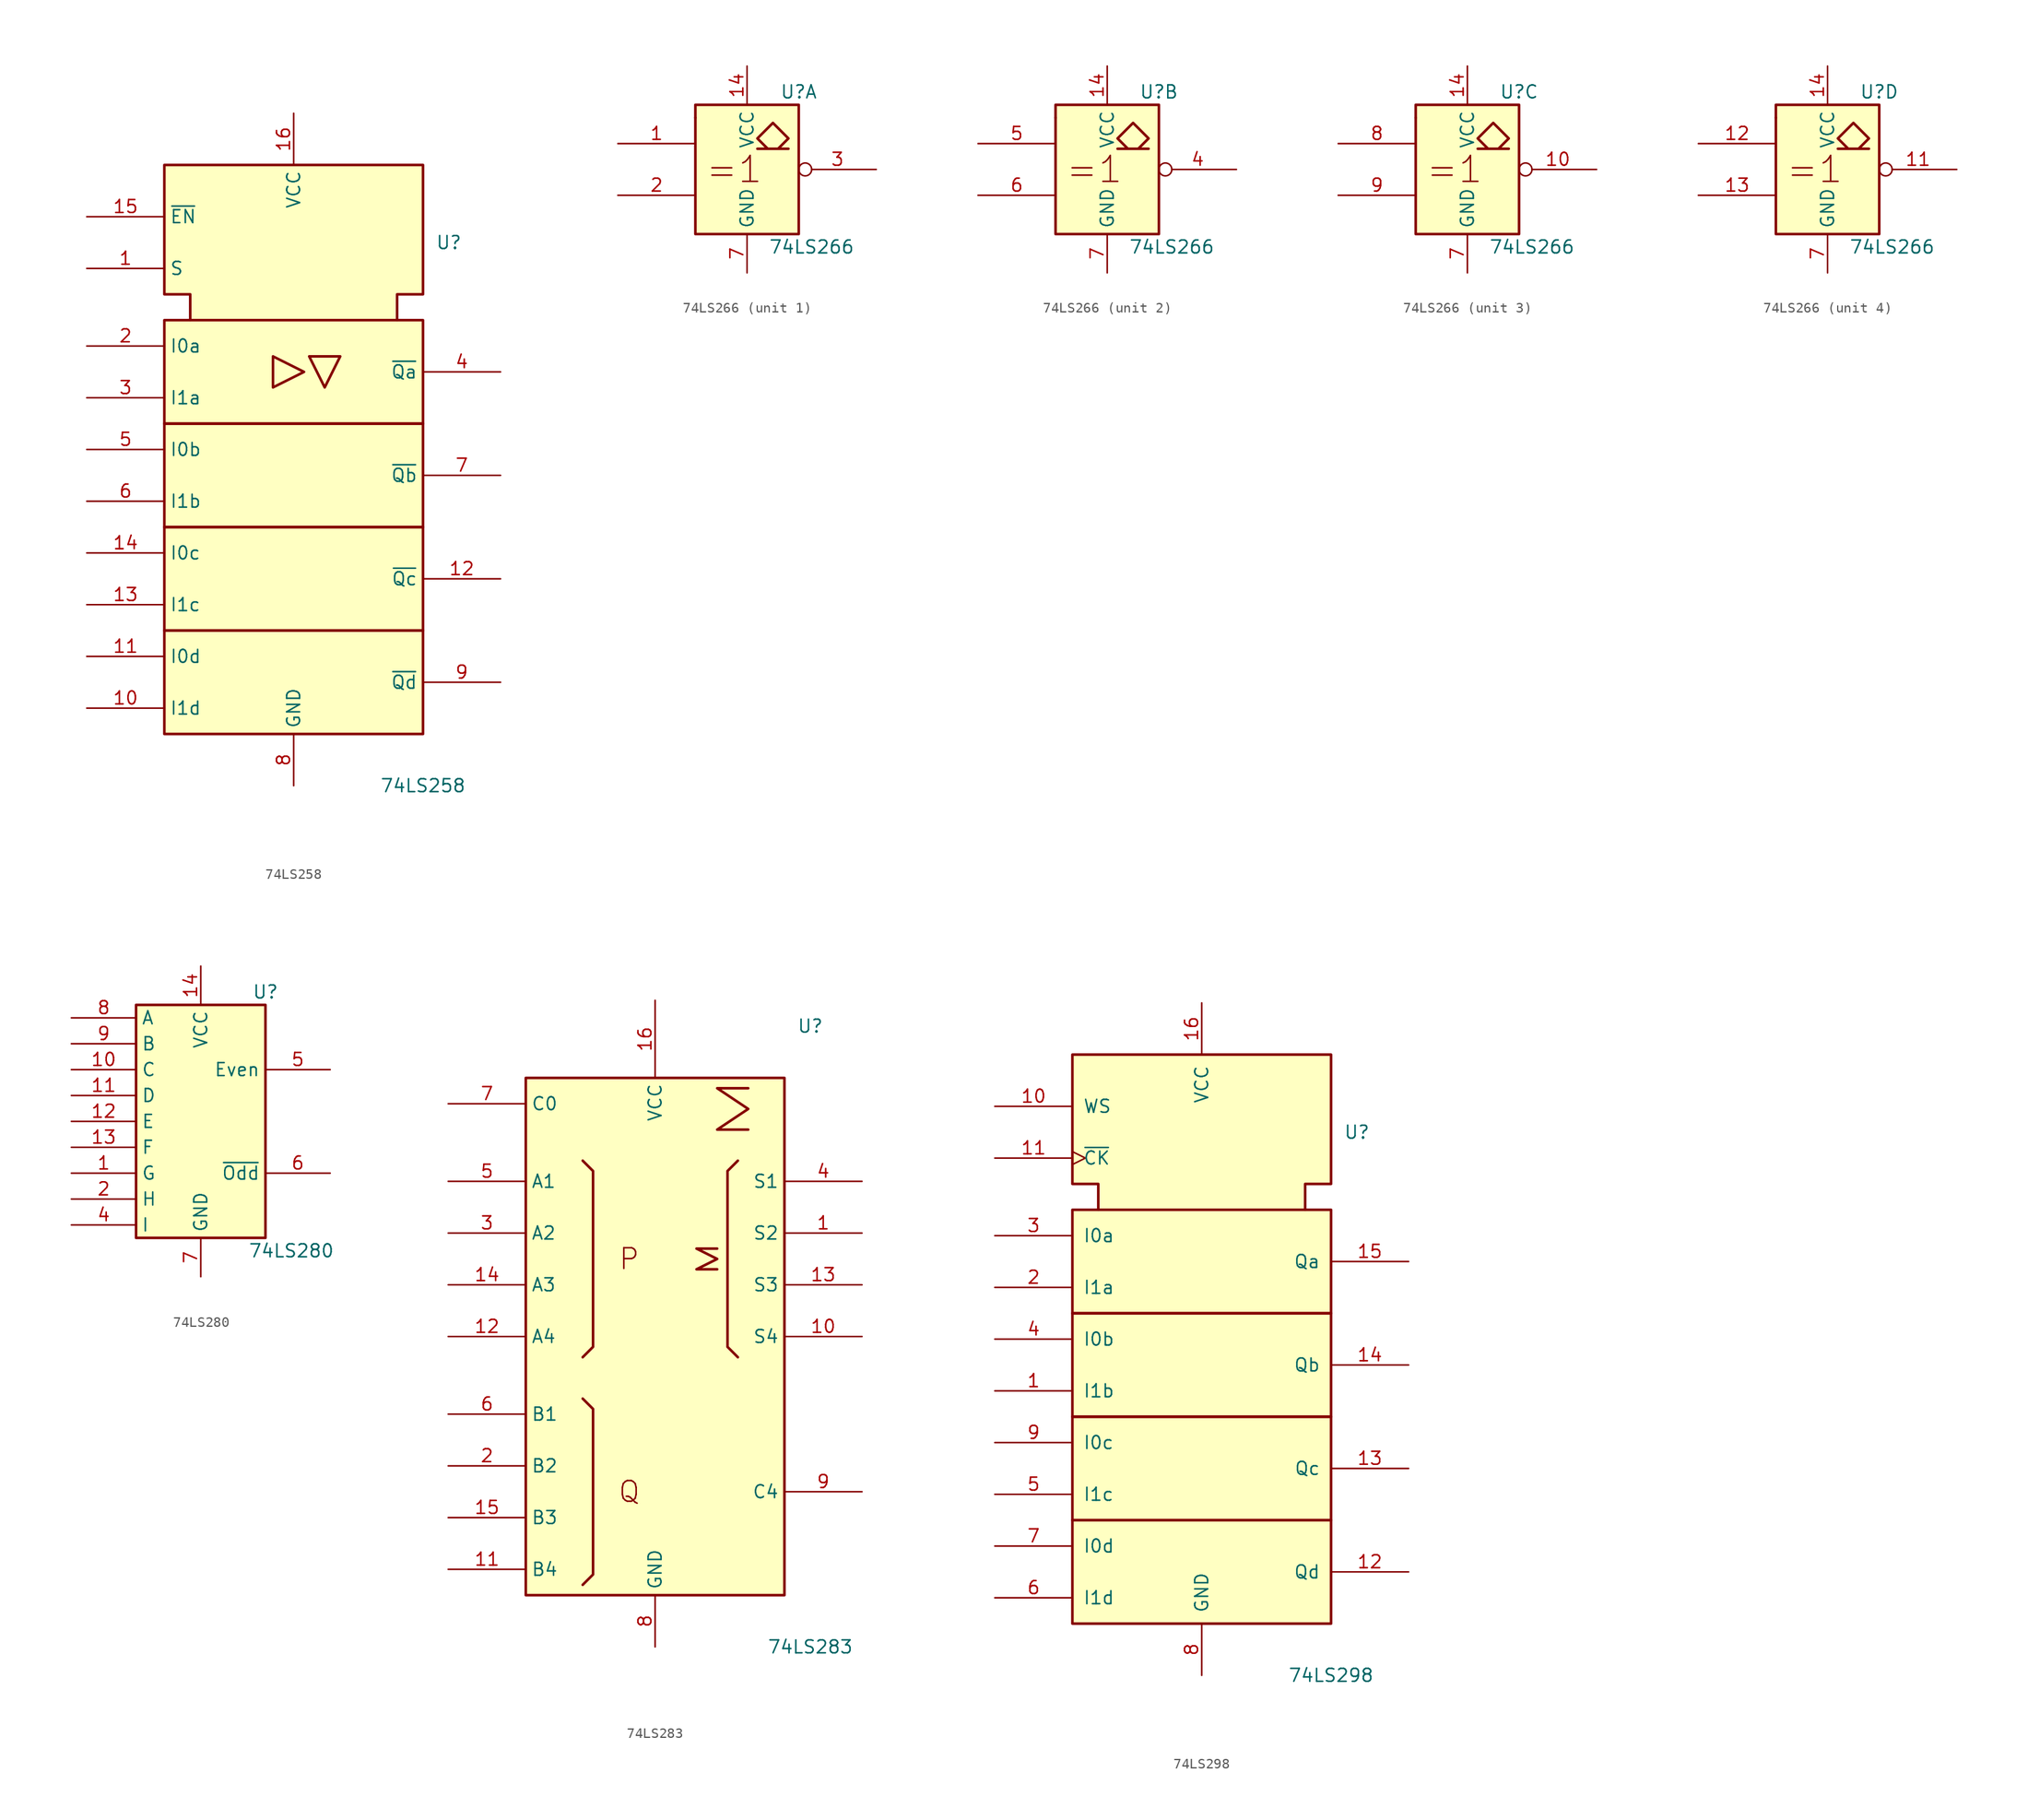
<source format=kicad_sym>
(kicad_symbol_lib
  (version 20231120)
  (generator "kicad_symbol_editor")
  (generator_version "8.0")
  (symbol "74LS258"
    (property "Reference" "U"
      (at 15.24 20.32 0)
      (effects (font (size 1.27 1.27))))
    (property "Value" "74LS258"
      (at 12.7 -33.02 0)
      (effects (font (size 1.27 1.27))))
    (symbol "74LS258_0_0"
      (rectangle (start -12.7 -17.78) (end 12.7 -27.94) (stroke (width 0.254) (type default)) (fill (type background)))
      (rectangle (start -12.7 -7.62) (end 12.7 -17.78) (stroke (width 0.254) (type default)) (fill (type background)))
      (rectangle (start -12.7 2.54) (end 12.7 -7.62) (stroke (width 0.254) (type default)) (fill (type background)))
      (rectangle (start -12.7 12.7) (end 12.7 2.54) (stroke (width 0.254) (type default)) (fill (type background)))
      (polyline (pts (xy -2.032 9.144) (xy -2.032 6.096) (xy 1.016 7.62) (xy -2.032 9.144) (xy -2.032 9.144)) (stroke (width 0.254) (type default)) (fill (type background)))
      (polyline (pts (xy 4.572 9.144) (xy 1.524 9.144) (xy 3.048 6.096) (xy 4.572 9.144) (xy 4.572 9.144)) (stroke (width 0.254) (type default)) (fill (type background)))
      (polyline (pts (xy -10.16 12.7) (xy -10.16 15.24) (xy -12.7 15.24) (xy -12.7 27.94) (xy 12.7 27.94) (xy 12.7 15.24) (xy 10.16 15.24) (xy 10.16 12.7) (xy 10.16 12.7)) (stroke (width 0.254) (type default)) (fill (type background)))
      (pin power_in line (at 0 33.02 270) (length 5.08) (name "VCC" (effects (font (size 1.27 1.27)))) (number "16" (effects (font (size 1.27 1.27)))))
      (pin power_in line (at 0 -33.02 90) (length 5.08) (name "GND" (effects (font (size 1.27 1.27)))) (number "8" (effects (font (size 1.27 1.27))))))
    (symbol "74LS258_1_1"
      (pin input line (at -20.32 17.78 0) (length 7.62) (name "S" (effects (font (size 1.27 1.27)))) (number "1" (effects (font (size 1.27 1.27)))))
      (pin input line (at -20.32 -25.4 0) (length 7.62) (name "I1d" (effects (font (size 1.27 1.27)))) (number "10" (effects (font (size 1.27 1.27)))))
      (pin input line (at -20.32 -20.32 0) (length 7.62) (name "I0d" (effects (font (size 1.27 1.27)))) (number "11" (effects (font (size 1.27 1.27)))))
      (pin tri_state line (at 20.32 -12.7 180) (length 7.62) (name "~{Qc}" (effects (font (size 1.27 1.27)))) (number "12" (effects (font (size 1.27 1.27)))))
      (pin input line (at -20.32 -15.24 0) (length 7.62) (name "I1c" (effects (font (size 1.27 1.27)))) (number "13" (effects (font (size 1.27 1.27)))))
      (pin input line (at -20.32 -10.16 0) (length 7.62) (name "I0c" (effects (font (size 1.27 1.27)))) (number "14" (effects (font (size 1.27 1.27)))))
      (pin input line (at -20.32 22.86 0) (length 7.62) (name "~{EN}" (effects (font (size 1.27 1.27)))) (number "15" (effects (font (size 1.27 1.27)))))
      (pin input line (at -20.32 10.16 0) (length 7.62) (name "I0a" (effects (font (size 1.27 1.27)))) (number "2" (effects (font (size 1.27 1.27)))))
      (pin input line (at -20.32 5.08 0) (length 7.62) (name "I1a" (effects (font (size 1.27 1.27)))) (number "3" (effects (font (size 1.27 1.27)))))
      (pin tri_state line (at 20.32 7.62 180) (length 7.62) (name "~{Qa}" (effects (font (size 1.27 1.27)))) (number "4" (effects (font (size 1.27 1.27)))))
      (pin input line (at -20.32 0 0) (length 7.62) (name "I0b" (effects (font (size 1.27 1.27)))) (number "5" (effects (font (size 1.27 1.27)))))
      (pin input line (at -20.32 -5.08 0) (length 7.62) (name "I1b" (effects (font (size 1.27 1.27)))) (number "6" (effects (font (size 1.27 1.27)))))
      (pin tri_state line (at 20.32 -2.54 180) (length 7.62) (name "~{Qb}" (effects (font (size 1.27 1.27)))) (number "7" (effects (font (size 1.27 1.27)))))
      (pin tri_state line (at 20.32 -22.86 180) (length 7.62) (name "~{Qd}" (effects (font (size 1.27 1.27)))) (number "9" (effects (font (size 1.27 1.27)))))))
  (symbol "74LS266"
    (property "Reference" "U"
      (at 5.08 7.62 0)
      (effects (font (size 1.27 1.27))))
    (property "Value" "74LS266"
      (at 6.35 -7.62 0)
      (effects (font (size 1.27 1.27))))
    (symbol "74LS266_0_0"
      (rectangle (start -5.08 5.08) (end -5.08 5.08) (stroke (width 0.254) (type default)) (fill (type background)))
      (polyline (pts (xy 3.048 2.032) (xy 4.064 3.048) (xy 2.54 4.572) (xy 1.016 3.048) (xy 2.032 2.032) (xy 1.016 2.032) (xy 4.064 2.032) (xy 4.064 2.032)) (stroke (width 0.254) (type default)) (fill (type background)))
      (text "=1" (at -1.27 0 0) (effects (font (size 2.54 2.54)))))
    (symbol "74LS266_0_1"
      (rectangle (start -5.08 6.35) (end 5.08 -6.35) (stroke (width 0.254) (type default)) (fill (type background)))
      (pin power_in line (at 0 10.16 270) (length 3.81) (name "VCC" (effects (font (size 1.27 1.27)))) (number "14" (effects (font (size 1.27 1.27)))))
      (pin power_in line (at 0 -10.16 90) (length 3.81) (name "GND" (effects (font (size 1.27 1.27)))) (number "7" (effects (font (size 1.27 1.27))))))
    (symbol "74LS266_1_1"
      (pin input line (at -12.7 2.54 0) (length 7.62) (name "~" (effects (font (size 1.27 1.27)))) (number "1" (effects (font (size 1.27 1.27)))))
      (pin input line (at -12.7 -2.54 0) (length 7.62) (name "~" (effects (font (size 1.27 1.27)))) (number "2" (effects (font (size 1.27 1.27)))))
      (pin output inverted (at 12.7 0 180) (length 7.62) (name "~" (effects (font (size 1.27 1.27)))) (number "3" (effects (font (size 1.27 1.27))))))
    (symbol "74LS266_2_1"
      (pin output inverted (at 12.7 0 180) (length 7.62) (name "~" (effects (font (size 1.27 1.27)))) (number "4" (effects (font (size 1.27 1.27)))))
      (pin input line (at -12.7 2.54 0) (length 7.62) (name "~" (effects (font (size 1.27 1.27)))) (number "5" (effects (font (size 1.27 1.27)))))
      (pin input line (at -12.7 -2.54 0) (length 7.62) (name "~" (effects (font (size 1.27 1.27)))) (number "6" (effects (font (size 1.27 1.27))))))
    (symbol "74LS266_3_1"
      (pin output inverted (at 12.7 0 180) (length 7.62) (name "~" (effects (font (size 1.27 1.27)))) (number "10" (effects (font (size 1.27 1.27)))))
      (pin input line (at -12.7 2.54 0) (length 7.62) (name "~" (effects (font (size 1.27 1.27)))) (number "8" (effects (font (size 1.27 1.27)))))
      (pin input line (at -12.7 -2.54 0) (length 7.62) (name "~" (effects (font (size 1.27 1.27)))) (number "9" (effects (font (size 1.27 1.27))))))
    (symbol "74LS266_4_1"
      (pin output inverted (at 12.7 0 180) (length 7.62) (name "~" (effects (font (size 1.27 1.27)))) (number "11" (effects (font (size 1.27 1.27)))))
      (pin input line (at -12.7 2.54 0) (length 7.62) (name "~" (effects (font (size 1.27 1.27)))) (number "12" (effects (font (size 1.27 1.27)))))
      (pin input line (at -12.7 -2.54 0) (length 7.62) (name "~" (effects (font (size 1.27 1.27)))) (number "13" (effects (font (size 1.27 1.27)))))))
  (symbol "74LS280"
    (property "Reference" "U"
      (at 6.35 12.7 0)
      (effects (font (size 1.27 1.27))))
    (property "Value" "74LS280"
      (at 8.89 -12.7 0)
      (effects (font (size 1.27 1.27))))
    (symbol "74LS280_0_0"
      (rectangle (start -6.35 11.43) (end 6.35 -11.43) (stroke (width 0.254) (type default)) (fill (type background)))
      (pin power_in line (at 0 15.24 270) (length 3.81) (name "VCC" (effects (font (size 1.27 1.27)))) (number "14" (effects (font (size 1.27 1.27)))))
      (pin power_in line (at 0 -15.24 90) (length 3.81) (name "GND" (effects (font (size 1.27 1.27)))) (number "7" (effects (font (size 1.27 1.27))))))
    (symbol "74LS280_1_1"
      (pin input line (at -12.7 -5.08 0) (length 6.35) (name "G" (effects (font (size 1.27 1.27)))) (number "1" (effects (font (size 1.27 1.27)))))
      (pin input line (at -12.7 5.08 0) (length 6.35) (name "C" (effects (font (size 1.27 1.27)))) (number "10" (effects (font (size 1.27 1.27)))))
      (pin input line (at -12.7 2.54 0) (length 6.35) (name "D" (effects (font (size 1.27 1.27)))) (number "11" (effects (font (size 1.27 1.27)))))
      (pin input line (at -12.7 0 0) (length 6.35) (name "E" (effects (font (size 1.27 1.27)))) (number "12" (effects (font (size 1.27 1.27)))))
      (pin input line (at -12.7 -2.54 0) (length 6.35) (name "F" (effects (font (size 1.27 1.27)))) (number "13" (effects (font (size 1.27 1.27)))))
      (pin input line (at -12.7 -7.62 0) (length 6.35) (name "H" (effects (font (size 1.27 1.27)))) (number "2" (effects (font (size 1.27 1.27)))))
      (pin input line (at -12.7 -10.16 0) (length 6.35) (name "I" (effects (font (size 1.27 1.27)))) (number "4" (effects (font (size 1.27 1.27)))))
      (pin output line (at 12.7 5.08 180) (length 6.35) (name "Even" (effects (font (size 1.27 1.27)))) (number "5" (effects (font (size 1.27 1.27)))))
      (pin output line (at 12.7 -5.08 180) (length 6.35) (name "~{Odd}" (effects (font (size 1.27 1.27)))) (number "6" (effects (font (size 1.27 1.27)))))
      (pin input line (at -12.7 10.16 0) (length 6.35) (name "A" (effects (font (size 1.27 1.27)))) (number "8" (effects (font (size 1.27 1.27)))))
      (pin input line (at -12.7 7.62 0) (length 6.35) (name "B" (effects (font (size 1.27 1.27)))) (number "9" (effects (font (size 1.27 1.27)))))))
  (symbol "74LS283"
    (property "Reference" "U"
      (at 15.24 30.48 0)
      (effects (font (size 1.27 1.27))))
    (property "Value" "74LS283"
      (at 15.24 -30.48 0)
      (effects (font (size 1.27 1.27))))
    (symbol "74LS283_0_0"
      (rectangle (start -12.7 25.4) (end 12.7 -25.4) (stroke (width 0.254) (type default)) (fill (type background)))
      (polyline (pts (xy -7.112 -6.096) (xy -6.096 -7.112) (xy -6.096 -23.368) (xy -7.112 -24.384) (xy -7.112 -24.384)) (stroke (width 0.254) (type default)) (fill (type background)))
      (polyline (pts (xy -7.112 17.272) (xy -6.096 16.256) (xy -6.096 -1.016) (xy -7.112 -2.032) (xy -7.112 -2.032)) (stroke (width 0.254) (type default)) (fill (type background)))
      (polyline (pts (xy 8.128 17.272) (xy 7.112 16.256) (xy 7.112 -1.016) (xy 8.128 -2.032) (xy 8.128 -2.032)) (stroke (width 0.254) (type default)) (fill (type background)))
      (polyline (pts (xy 6.096 8.636) (xy 4.064 8.636) (xy 6.096 7.62) (xy 4.064 6.604) (xy 6.096 6.604) (xy 6.096 6.604)) (stroke (width 0.254) (type default)) (fill (type background)))
      (polyline (pts (xy 9.144 24.384) (xy 6.096 24.384) (xy 9.144 22.352) (xy 6.096 20.32) (xy 9.144 20.32) (xy 9.144 20.32)) (stroke (width 0.254) (type default)) (fill (type background)))
      (text "P" (at -2.54 7.62 0) (effects (font (size 2.032 2.032))))
      (text "Q" (at -2.54 -15.24 0) (effects (font (size 2.032 2.032))))
      (pin power_in line (at 0 33.02 270) (length 7.62) (name "VCC" (effects (font (size 1.27 1.27)))) (number "16" (effects (font (size 1.27 1.27)))))
      (pin power_in line (at 0 -30.48 90) (length 5.08) (name "GND" (effects (font (size 1.27 1.27)))) (number "8" (effects (font (size 1.27 1.27))))))
    (symbol "74LS283_1_1"
      (pin output line (at 20.32 10.16 180) (length 7.62) (name "S2" (effects (font (size 1.27 1.27)))) (number "1" (effects (font (size 1.27 1.27)))))
      (pin output line (at 20.32 0 180) (length 7.62) (name "S4" (effects (font (size 1.27 1.27)))) (number "10" (effects (font (size 1.27 1.27)))))
      (pin input line (at -20.32 -22.86 0) (length 7.62) (name "B4" (effects (font (size 1.27 1.27)))) (number "11" (effects (font (size 1.27 1.27)))))
      (pin input line (at -20.32 0 0) (length 7.62) (name "A4" (effects (font (size 1.27 1.27)))) (number "12" (effects (font (size 1.27 1.27)))))
      (pin output line (at 20.32 5.08 180) (length 7.62) (name "S3" (effects (font (size 1.27 1.27)))) (number "13" (effects (font (size 1.27 1.27)))))
      (pin input line (at -20.32 5.08 0) (length 7.62) (name "A3" (effects (font (size 1.27 1.27)))) (number "14" (effects (font (size 1.27 1.27)))))
      (pin input line (at -20.32 -17.78 0) (length 7.62) (name "B3" (effects (font (size 1.27 1.27)))) (number "15" (effects (font (size 1.27 1.27)))))
      (pin input line (at -20.32 -12.7 0) (length 7.62) (name "B2" (effects (font (size 1.27 1.27)))) (number "2" (effects (font (size 1.27 1.27)))))
      (pin input line (at -20.32 10.16 0) (length 7.62) (name "A2" (effects (font (size 1.27 1.27)))) (number "3" (effects (font (size 1.27 1.27)))))
      (pin output line (at 20.32 15.24 180) (length 7.62) (name "S1" (effects (font (size 1.27 1.27)))) (number "4" (effects (font (size 1.27 1.27)))))
      (pin input line (at -20.32 15.24 0) (length 7.62) (name "A1" (effects (font (size 1.27 1.27)))) (number "5" (effects (font (size 1.27 1.27)))))
      (pin input line (at -20.32 -7.62 0) (length 7.62) (name "B1" (effects (font (size 1.27 1.27)))) (number "6" (effects (font (size 1.27 1.27)))))
      (pin input line (at -20.32 22.86 0) (length 7.62) (name "C0" (effects (font (size 1.27 1.27)))) (number "7" (effects (font (size 1.27 1.27)))))
      (pin output line (at 20.32 -15.24 180) (length 7.62) (name "C4" (effects (font (size 1.27 1.27)))) (number "9" (effects (font (size 1.27 1.27)))))))
  (symbol "74LS298"
    (pin_names
      (offset 1.016))
    (property "Reference" "U"
      (at 15.24 20.32 0)
      (effects (font (size 1.27 1.27))))
    (property "Value" "74LS298"
      (at 12.7 -33.02 0)
      (effects (font (size 1.27 1.27))))
    (symbol "74LS298_0_0"
      (rectangle (start -12.7 -17.78) (end 12.7 -27.94) (stroke (width 0.254) (type default)) (fill (type background)))
      (rectangle (start -12.7 -7.62) (end 12.7 -17.78) (stroke (width 0.254) (type default)) (fill (type background)))
      (rectangle (start -12.7 2.54) (end 12.7 -7.62) (stroke (width 0.254) (type default)) (fill (type background)))
      (rectangle (start -12.7 12.7) (end 12.7 2.54) (stroke (width 0.254) (type default)) (fill (type background)))
      (polyline (pts (xy -10.16 12.7) (xy -10.16 15.24) (xy -12.7 15.24) (xy -12.7 27.94) (xy 12.7 27.94) (xy 12.7 15.24) (xy 10.16 15.24) (xy 10.16 12.7) (xy 10.16 12.7)) (stroke (width 0.254) (type default)) (fill (type background)))
      (pin power_in line (at 0 33.02 270) (length 5.08) (name "VCC" (effects (font (size 1.27 1.27)))) (number "16" (effects (font (size 1.27 1.27)))))
      (pin power_in line (at 0 -33.02 90) (length 5.08) (name "GND" (effects (font (size 1.27 1.27)))) (number "8" (effects (font (size 1.27 1.27))))))
    (symbol "74LS298_1_1"
      (pin input line (at -20.32 -5.08 0) (length 7.62) (name "I1b" (effects (font (size 1.27 1.27)))) (number "1" (effects (font (size 1.27 1.27)))))
      (pin input line (at -20.32 22.86 0) (length 7.62) (name "WS" (effects (font (size 1.27 1.27)))) (number "10" (effects (font (size 1.27 1.27)))))
      (pin input clock (at -20.32 17.78 0) (length 7.62) (name "~{CK}" (effects (font (size 1.27 1.27)))) (number "11" (effects (font (size 1.27 1.27)))))
      (pin tri_state line (at 20.32 -22.86 180) (length 7.62) (name "Qd" (effects (font (size 1.27 1.27)))) (number "12" (effects (font (size 1.27 1.27)))))
      (pin tri_state line (at 20.32 -12.7 180) (length 7.62) (name "Qc" (effects (font (size 1.27 1.27)))) (number "13" (effects (font (size 1.27 1.27)))))
      (pin tri_state line (at 20.32 -2.54 180) (length 7.62) (name "Qb" (effects (font (size 1.27 1.27)))) (number "14" (effects (font (size 1.27 1.27)))))
      (pin tri_state line (at 20.32 7.62 180) (length 7.62) (name "Qa" (effects (font (size 1.27 1.27)))) (number "15" (effects (font (size 1.27 1.27)))))
      (pin input line (at -20.32 5.08 0) (length 7.62) (name "I1a" (effects (font (size 1.27 1.27)))) (number "2" (effects (font (size 1.27 1.27)))))
      (pin input line (at -20.32 10.16 0) (length 7.62) (name "I0a" (effects (font (size 1.27 1.27)))) (number "3" (effects (font (size 1.27 1.27)))))
      (pin input line (at -20.32 0 0) (length 7.62) (name "I0b" (effects (font (size 1.27 1.27)))) (number "4" (effects (font (size 1.27 1.27)))))
      (pin input line (at -20.32 -15.24 0) (length 7.62) (name "I1c" (effects (font (size 1.27 1.27)))) (number "5" (effects (font (size 1.27 1.27)))))
      (pin input line (at -20.32 -25.4 0) (length 7.62) (name "I1d" (effects (font (size 1.27 1.27)))) (number "6" (effects (font (size 1.27 1.27)))))
      (pin input line (at -20.32 -20.32 0) (length 7.62) (name "I0d" (effects (font (size 1.27 1.27)))) (number "7" (effects (font (size 1.27 1.27)))))
      (pin input line (at -20.32 -10.16 0) (length 7.62) (name "I0c" (effects (font (size 1.27 1.27)))) (number "9" (effects (font (size 1.27 1.27))))))))
</source>
